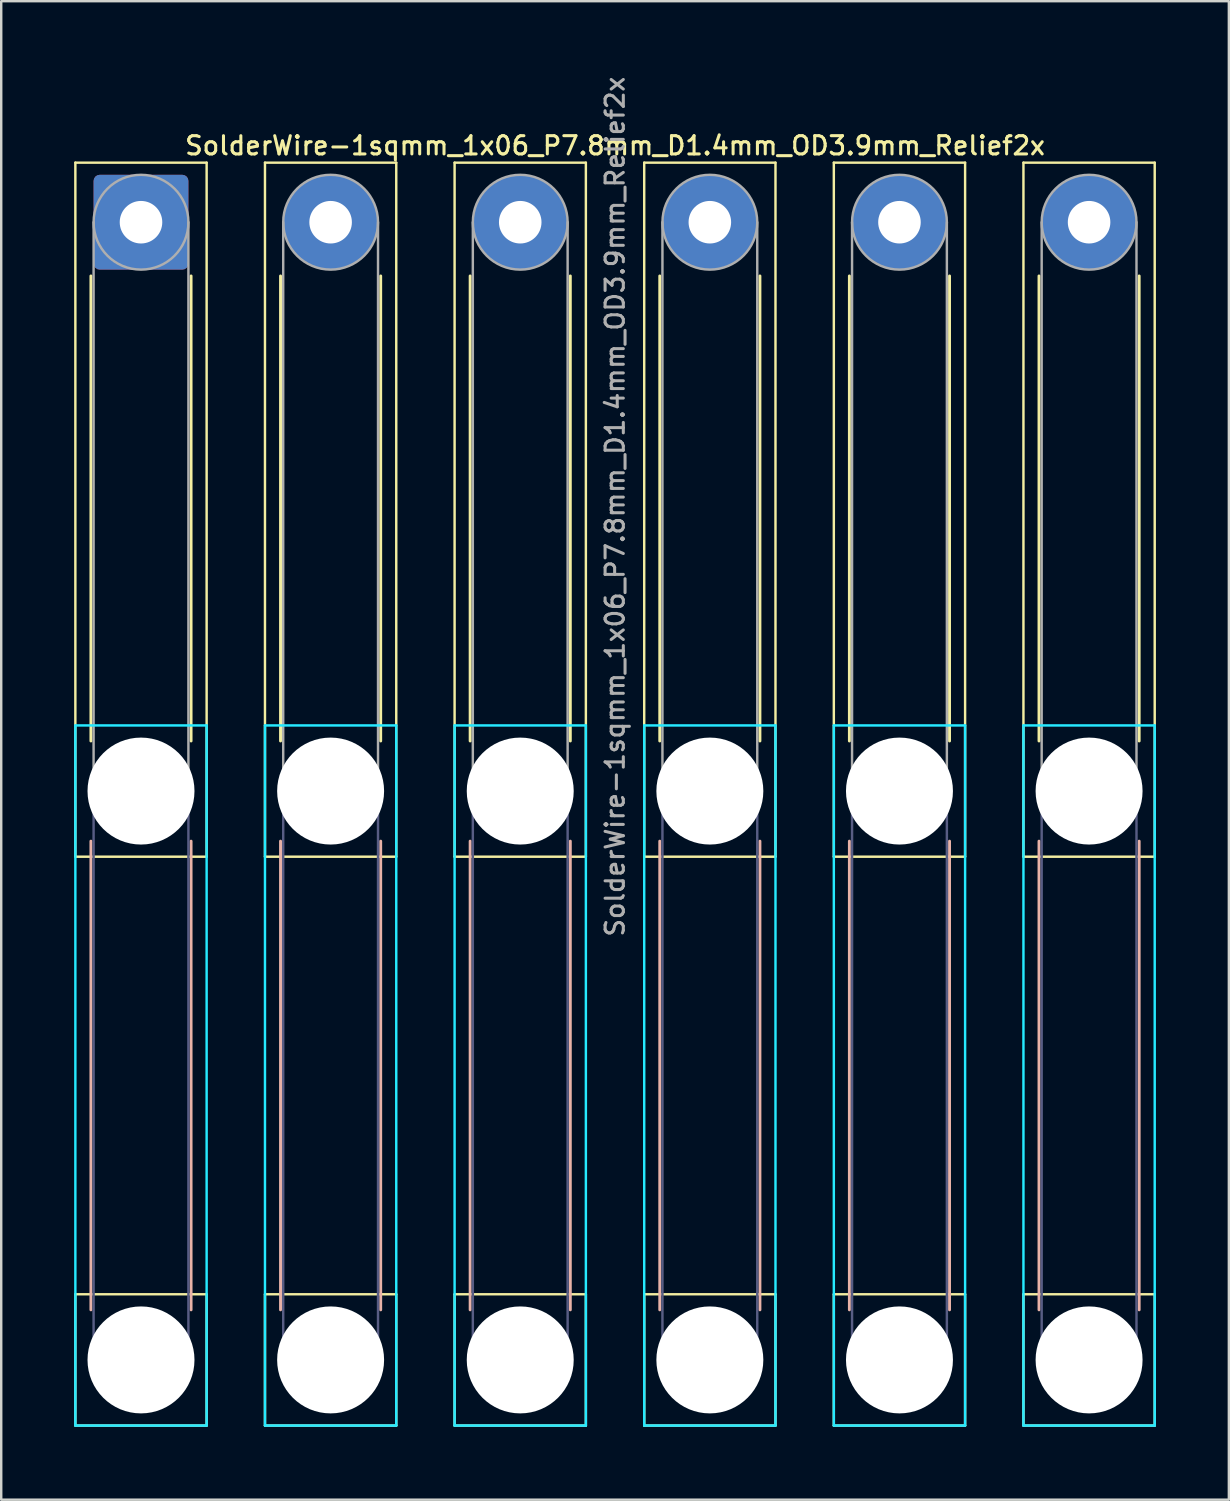
<source format=kicad_pcb>
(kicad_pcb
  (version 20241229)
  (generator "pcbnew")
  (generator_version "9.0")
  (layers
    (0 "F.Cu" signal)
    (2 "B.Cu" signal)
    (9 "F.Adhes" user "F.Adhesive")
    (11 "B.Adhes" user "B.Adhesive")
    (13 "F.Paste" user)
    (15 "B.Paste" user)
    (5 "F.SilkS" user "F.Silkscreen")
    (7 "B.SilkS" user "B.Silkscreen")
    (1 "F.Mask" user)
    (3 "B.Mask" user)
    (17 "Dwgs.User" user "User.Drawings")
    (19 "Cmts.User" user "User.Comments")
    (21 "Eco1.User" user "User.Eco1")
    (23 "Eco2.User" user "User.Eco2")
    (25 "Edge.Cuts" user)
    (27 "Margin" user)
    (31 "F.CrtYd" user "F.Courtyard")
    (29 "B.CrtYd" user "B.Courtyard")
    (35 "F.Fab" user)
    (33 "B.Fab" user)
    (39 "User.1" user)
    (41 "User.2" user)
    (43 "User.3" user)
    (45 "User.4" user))
  (footprint "SolderWire-1sqmm_1x06_P7.8mm_D1.4mm_OD3.9mm_Relief2x"
    (layer "F.Cu")
    (at 2.75 6.091)
    (property "Reference" "SolderWire-1sqmm_1x06_P7.8mm_D1.4mm_OD3.9mm_Relief2x" (at 19.5 -3.15 0) (layer "F.SilkS") (effects (font (size 0.75 0.75) (thickness 0.125))))
    (attr exclude_from_pos_files exclude_from_bom)
    (fp_line (start -2.7 -2.45) (end -2.7 26.1) (stroke (width 0.1) (type solid)) (layer "F.SilkS"))
    (fp_line (start -2.7 26.1) (end 2.7 26.1) (stroke (width 0.1) (type solid)) (layer "F.SilkS"))
    (fp_line (start -2.7 44.1) (end -2.7 49.5) (stroke (width 0.1) (type solid)) (layer "F.SilkS"))
    (fp_line (start -2.7 49.5) (end 2.7 49.5) (stroke (width 0.1) (type solid)) (layer "F.SilkS"))
    (fp_line (start -2.06 2.21) (end -2.06 21.34) (stroke (width 0.12) (type solid)) (layer "F.SilkS"))
    (fp_line (start 2.06 2.21) (end 2.06 21.34) (stroke (width 0.12) (type solid)) (layer "F.SilkS"))
    (fp_line (start 2.7 -2.45) (end -2.7 -2.45) (stroke (width 0.1) (type solid)) (layer "F.SilkS"))
    (fp_line (start 2.7 26.1) (end 2.7 -2.45) (stroke (width 0.1) (type solid)) (layer "F.SilkS"))
    (fp_line (start 2.7 44.1) (end -2.7 44.1) (stroke (width 0.1) (type solid)) (layer "F.SilkS"))
    (fp_line (start 2.7 49.5) (end 2.7 44.1) (stroke (width 0.1) (type solid)) (layer "F.SilkS"))
    (fp_line (start 5.1 -2.45) (end 5.1 26.1) (stroke (width 0.1) (type solid)) (layer "F.SilkS"))
    (fp_line (start 5.1 26.1) (end 10.5 26.1) (stroke (width 0.1) (type solid)) (layer "F.SilkS"))
    (fp_line (start 5.1 44.1) (end 5.1 49.5) (stroke (width 0.1) (type solid)) (layer "F.SilkS"))
    (fp_line (start 5.1 49.5) (end 10.5 49.5) (stroke (width 0.1) (type solid)) (layer "F.SilkS"))
    (fp_line (start 5.74 2.21) (end 5.74 21.34) (stroke (width 0.12) (type solid)) (layer "F.SilkS"))
    (fp_line (start 9.86 2.21) (end 9.86 21.34) (stroke (width 0.12) (type solid)) (layer "F.SilkS"))
    (fp_line (start 10.5 -2.45) (end 5.1 -2.45) (stroke (width 0.1) (type solid)) (layer "F.SilkS"))
    (fp_line (start 10.5 26.1) (end 10.5 -2.45) (stroke (width 0.1) (type solid)) (layer "F.SilkS"))
    (fp_line (start 10.5 44.1) (end 5.1 44.1) (stroke (width 0.1) (type solid)) (layer "F.SilkS"))
    (fp_line (start 10.5 49.5) (end 10.5 44.1) (stroke (width 0.1) (type solid)) (layer "F.SilkS"))
    (fp_line (start 12.9 -2.45) (end 12.9 26.1) (stroke (width 0.1) (type solid)) (layer "F.SilkS"))
    (fp_line (start 12.9 26.1) (end 18.3 26.1) (stroke (width 0.1) (type solid)) (layer "F.SilkS"))
    (fp_line (start 12.9 44.1) (end 12.9 49.5) (stroke (width 0.1) (type solid)) (layer "F.SilkS"))
    (fp_line (start 12.9 49.5) (end 18.3 49.5) (stroke (width 0.1) (type solid)) (layer "F.SilkS"))
    (fp_line (start 13.54 2.21) (end 13.54 21.34) (stroke (width 0.12) (type solid)) (layer "F.SilkS"))
    (fp_line (start 17.66 2.21) (end 17.66 21.34) (stroke (width 0.12) (type solid)) (layer "F.SilkS"))
    (fp_line (start 18.3 -2.45) (end 12.9 -2.45) (stroke (width 0.1) (type solid)) (layer "F.SilkS"))
    (fp_line (start 18.3 26.1) (end 18.3 -2.45) (stroke (width 0.1) (type solid)) (layer "F.SilkS"))
    (fp_line (start 18.3 44.1) (end 12.9 44.1) (stroke (width 0.1) (type solid)) (layer "F.SilkS"))
    (fp_line (start 18.3 49.5) (end 18.3 44.1) (stroke (width 0.1) (type solid)) (layer "F.SilkS"))
    (fp_line (start 20.7 -2.45) (end 20.7 26.1) (stroke (width 0.1) (type solid)) (layer "F.SilkS"))
    (fp_line (start 20.7 26.1) (end 26.1 26.1) (stroke (width 0.1) (type solid)) (layer "F.SilkS"))
    (fp_line (start 20.7 44.1) (end 20.7 49.5) (stroke (width 0.1) (type solid)) (layer "F.SilkS"))
    (fp_line (start 20.7 49.5) (end 26.1 49.5) (stroke (width 0.1) (type solid)) (layer "F.SilkS"))
    (fp_line (start 21.34 2.21) (end 21.34 21.34) (stroke (width 0.12) (type solid)) (layer "F.SilkS"))
    (fp_line (start 25.46 2.21) (end 25.46 21.34) (stroke (width 0.12) (type solid)) (layer "F.SilkS"))
    (fp_line (start 26.1 -2.45) (end 20.7 -2.45) (stroke (width 0.1) (type solid)) (layer "F.SilkS"))
    (fp_line (start 26.1 26.1) (end 26.1 -2.45) (stroke (width 0.1) (type solid)) (layer "F.SilkS"))
    (fp_line (start 26.1 44.1) (end 20.7 44.1) (stroke (width 0.1) (type solid)) (layer "F.SilkS"))
    (fp_line (start 26.1 49.5) (end 26.1 44.1) (stroke (width 0.1) (type solid)) (layer "F.SilkS"))
    (fp_line (start 28.5 -2.45) (end 28.5 26.1) (stroke (width 0.1) (type solid)) (layer "F.SilkS"))
    (fp_line (start 28.5 26.1) (end 33.9 26.1) (stroke (width 0.1) (type solid)) (layer "F.SilkS"))
    (fp_line (start 28.5 44.1) (end 28.5 49.5) (stroke (width 0.1) (type solid)) (layer "F.SilkS"))
    (fp_line (start 28.5 49.5) (end 33.9 49.5) (stroke (width 0.1) (type solid)) (layer "F.SilkS"))
    (fp_line (start 29.14 2.21) (end 29.14 21.34) (stroke (width 0.12) (type solid)) (layer "F.SilkS"))
    (fp_line (start 33.26 2.21) (end 33.26 21.34) (stroke (width 0.12) (type solid)) (layer "F.SilkS"))
    (fp_line (start 33.9 -2.45) (end 28.5 -2.45) (stroke (width 0.1) (type solid)) (layer "F.SilkS"))
    (fp_line (start 33.9 26.1) (end 33.9 -2.45) (stroke (width 0.1) (type solid)) (layer "F.SilkS"))
    (fp_line (start 33.9 44.1) (end 28.5 44.1) (stroke (width 0.1) (type solid)) (layer "F.SilkS"))
    (fp_line (start 33.9 49.5) (end 33.9 44.1) (stroke (width 0.1) (type solid)) (layer "F.SilkS"))
    (fp_line (start 36.3 -2.45) (end 36.3 26.1) (stroke (width 0.1) (type solid)) (layer "F.SilkS"))
    (fp_line (start 36.3 26.1) (end 41.7 26.1) (stroke (width 0.1) (type solid)) (layer "F.SilkS"))
    (fp_line (start 36.3 44.1) (end 36.3 49.5) (stroke (width 0.1) (type solid)) (layer "F.SilkS"))
    (fp_line (start 36.3 49.5) (end 41.7 49.5) (stroke (width 0.1) (type solid)) (layer "F.SilkS"))
    (fp_line (start 36.94 2.21) (end 36.94 21.34) (stroke (width 0.12) (type solid)) (layer "F.SilkS"))
    (fp_line (start 41.06 2.21) (end 41.06 21.34) (stroke (width 0.12) (type solid)) (layer "F.SilkS"))
    (fp_line (start 41.7 -2.45) (end 36.3 -2.45) (stroke (width 0.1) (type solid)) (layer "F.SilkS"))
    (fp_line (start 41.7 26.1) (end 41.7 -2.45) (stroke (width 0.1) (type solid)) (layer "F.SilkS"))
    (fp_line (start 41.7 44.1) (end 36.3 44.1) (stroke (width 0.1) (type solid)) (layer "F.SilkS"))
    (fp_line (start 41.7 49.5) (end 41.7 44.1) (stroke (width 0.1) (type solid)) (layer "F.SilkS"))
    (fp_line (start -2.06 25.46) (end -2.06 44.74) (stroke (width 0.12) (type solid)) (layer "B.SilkS"))
    (fp_line (start 2.06 25.46) (end 2.06 44.74) (stroke (width 0.12) (type solid)) (layer "B.SilkS"))
    (fp_line (start 5.74 25.46) (end 5.74 44.74) (stroke (width 0.12) (type solid)) (layer "B.SilkS"))
    (fp_line (start 9.86 25.46) (end 9.86 44.74) (stroke (width 0.12) (type solid)) (layer "B.SilkS"))
    (fp_line (start 13.54 25.46) (end 13.54 44.74) (stroke (width 0.12) (type solid)) (layer "B.SilkS"))
    (fp_line (start 17.66 25.46) (end 17.66 44.74) (stroke (width 0.12) (type solid)) (layer "B.SilkS"))
    (fp_line (start 21.34 25.46) (end 21.34 44.74) (stroke (width 0.12) (type solid)) (layer "B.SilkS"))
    (fp_line (start 25.46 25.46) (end 25.46 44.74) (stroke (width 0.12) (type solid)) (layer "B.SilkS"))
    (fp_line (start 29.14 25.46) (end 29.14 44.74) (stroke (width 0.12) (type solid)) (layer "B.SilkS"))
    (fp_line (start 33.26 25.46) (end 33.26 44.74) (stroke (width 0.12) (type solid)) (layer "B.SilkS"))
    (fp_line (start 36.94 25.46) (end 36.94 44.74) (stroke (width 0.12) (type solid)) (layer "B.SilkS"))
    (fp_line (start 41.06 25.46) (end 41.06 44.74) (stroke (width 0.12) (type solid)) (layer "B.SilkS"))
    (fp_line (start -2.7 20.7) (end -2.7 49.5) (stroke (width 0.1) (type solid)) (layer "B.CrtYd"))
    (fp_line (start -2.7 49.5) (end 2.7 49.5) (stroke (width 0.1) (type solid)) (layer "B.CrtYd"))
    (fp_line (start 2.7 20.7) (end -2.7 20.7) (stroke (width 0.1) (type solid)) (layer "B.CrtYd"))
    (fp_line (start 2.7 49.5) (end 2.7 20.7) (stroke (width 0.1) (type solid)) (layer "B.CrtYd"))
    (fp_line (start 5.1 20.7) (end 5.1 49.5) (stroke (width 0.1) (type solid)) (layer "B.CrtYd"))
    (fp_line (start 5.1 49.5) (end 10.5 49.5) (stroke (width 0.1) (type solid)) (layer "B.CrtYd"))
    (fp_line (start 10.5 20.7) (end 5.1 20.7) (stroke (width 0.1) (type solid)) (layer "B.CrtYd"))
    (fp_line (start 10.5 49.5) (end 10.5 20.7) (stroke (width 0.1) (type solid)) (layer "B.CrtYd"))
    (fp_line (start 12.9 20.7) (end 12.9 49.5) (stroke (width 0.1) (type solid)) (layer "B.CrtYd"))
    (fp_line (start 12.9 49.5) (end 18.3 49.5) (stroke (width 0.1) (type solid)) (layer "B.CrtYd"))
    (fp_line (start 18.3 20.7) (end 12.9 20.7) (stroke (width 0.1) (type solid)) (layer "B.CrtYd"))
    (fp_line (start 18.3 49.5) (end 18.3 20.7) (stroke (width 0.1) (type solid)) (layer "B.CrtYd"))
    (fp_line (start 20.7 20.7) (end 20.7 49.5) (stroke (width 0.1) (type solid)) (layer "B.CrtYd"))
    (fp_line (start 20.7 49.5) (end 26.1 49.5) (stroke (width 0.1) (type solid)) (layer "B.CrtYd"))
    (fp_line (start 26.1 20.7) (end 20.7 20.7) (stroke (width 0.1) (type solid)) (layer "B.CrtYd"))
    (fp_line (start 26.1 49.5) (end 26.1 20.7) (stroke (width 0.1) (type solid)) (layer "B.CrtYd"))
    (fp_line (start 28.5 20.7) (end 28.5 49.5) (stroke (width 0.1) (type solid)) (layer "B.CrtYd"))
    (fp_line (start 28.5 49.5) (end 33.9 49.5) (stroke (width 0.1) (type solid)) (layer "B.CrtYd"))
    (fp_line (start 33.9 20.7) (end 28.5 20.7) (stroke (width 0.1) (type solid)) (layer "B.CrtYd"))
    (fp_line (start 33.9 49.5) (end 33.9 20.7) (stroke (width 0.1) (type solid)) (layer "B.CrtYd"))
    (fp_line (start 36.3 20.7) (end 36.3 49.5) (stroke (width 0.1) (type solid)) (layer "B.CrtYd"))
    (fp_line (start 36.3 49.5) (end 41.7 49.5) (stroke (width 0.1) (type solid)) (layer "B.CrtYd"))
    (fp_line (start 41.7 20.7) (end 36.3 20.7) (stroke (width 0.1) (type solid)) (layer "B.CrtYd"))
    (fp_line (start 41.7 49.5) (end 41.7 20.7) (stroke (width 0.1) (type solid)) (layer "B.CrtYd"))
    (fp_line (start -1.95 23.4) (end -1.95 46.8) (stroke (width 0.1) (type solid)) (layer "B.Fab"))
    (fp_line (start 1.95 23.4) (end 1.95 46.8) (stroke (width 0.1) (type solid)) (layer "B.Fab"))
    (fp_line (start 5.85 23.4) (end 5.85 46.8) (stroke (width 0.1) (type solid)) (layer "B.Fab"))
    (fp_line (start 9.75 23.4) (end 9.75 46.8) (stroke (width 0.1) (type solid)) (layer "B.Fab"))
    (fp_line (start 13.65 23.4) (end 13.65 46.8) (stroke (width 0.1) (type solid)) (layer "B.Fab"))
    (fp_line (start 17.55 23.4) (end 17.55 46.8) (stroke (width 0.1) (type solid)) (layer "B.Fab"))
    (fp_line (start 21.45 23.4) (end 21.45 46.8) (stroke (width 0.1) (type solid)) (layer "B.Fab"))
    (fp_line (start 25.35 23.4) (end 25.35 46.8) (stroke (width 0.1) (type solid)) (layer "B.Fab"))
    (fp_line (start 29.25 23.4) (end 29.25 46.8) (stroke (width 0.1) (type solid)) (layer "B.Fab"))
    (fp_line (start 33.15 23.4) (end 33.15 46.8) (stroke (width 0.1) (type solid)) (layer "B.Fab"))
    (fp_line (start 37.05 23.4) (end 37.05 46.8) (stroke (width 0.1) (type solid)) (layer "B.Fab"))
    (fp_line (start 40.95 23.4) (end 40.95 46.8) (stroke (width 0.1) (type solid)) (layer "B.Fab"))
    (fp_circle (center 0 23.4) (end 1.95 23.4) (stroke (width 0.1) (type solid)) (fill no) (layer "B.Fab"))
    (fp_circle (center 0 46.8) (end 1.95 46.8) (stroke (width 0.1) (type solid)) (fill no) (layer "B.Fab"))
    (fp_circle (center 7.8 23.4) (end 9.75 23.4) (stroke (width 0.1) (type solid)) (fill no) (layer "B.Fab"))
    (fp_circle (center 7.8 46.8) (end 9.75 46.8) (stroke (width 0.1) (type solid)) (fill no) (layer "B.Fab"))
    (fp_circle (center 15.6 23.4) (end 17.55 23.4) (stroke (width 0.1) (type solid)) (fill no) (layer "B.Fab"))
    (fp_circle (center 15.6 46.8) (end 17.55 46.8) (stroke (width 0.1) (type solid)) (fill no) (layer "B.Fab"))
    (fp_circle (center 23.4 23.4) (end 25.35 23.4) (stroke (width 0.1) (type solid)) (fill no) (layer "B.Fab"))
    (fp_circle (center 23.4 46.8) (end 25.35 46.8) (stroke (width 0.1) (type solid)) (fill no) (layer "B.Fab"))
    (fp_circle (center 31.2 23.4) (end 33.15 23.4) (stroke (width 0.1) (type solid)) (fill no) (layer "B.Fab"))
    (fp_circle (center 31.2 46.8) (end 33.15 46.8) (stroke (width 0.1) (type solid)) (fill no) (layer "B.Fab"))
    (fp_circle (center 39 23.4) (end 40.95 23.4) (stroke (width 0.1) (type solid)) (fill no) (layer "B.Fab"))
    (fp_circle (center 39 46.8) (end 40.95 46.8) (stroke (width 0.1) (type solid)) (fill no) (layer "B.Fab"))
    (fp_line (start -1.95 0) (end -1.95 23.4) (stroke (width 0.1) (type solid)) (layer "F.Fab"))
    (fp_line (start 1.95 0) (end 1.95 23.4) (stroke (width 0.1) (type solid)) (layer "F.Fab"))
    (fp_line (start 5.85 0) (end 5.85 23.4) (stroke (width 0.1) (type solid)) (layer "F.Fab"))
    (fp_line (start 9.75 0) (end 9.75 23.4) (stroke (width 0.1) (type solid)) (layer "F.Fab"))
    (fp_line (start 13.65 0) (end 13.65 23.4) (stroke (width 0.1) (type solid)) (layer "F.Fab"))
    (fp_line (start 17.55 0) (end 17.55 23.4) (stroke (width 0.1) (type solid)) (layer "F.Fab"))
    (fp_line (start 21.45 0) (end 21.45 23.4) (stroke (width 0.1) (type solid)) (layer "F.Fab"))
    (fp_line (start 25.35 0) (end 25.35 23.4) (stroke (width 0.1) (type solid)) (layer "F.Fab"))
    (fp_line (start 29.25 0) (end 29.25 23.4) (stroke (width 0.1) (type solid)) (layer "F.Fab"))
    (fp_line (start 33.15 0) (end 33.15 23.4) (stroke (width 0.1) (type solid)) (layer "F.Fab"))
    (fp_line (start 37.05 0) (end 37.05 23.4) (stroke (width 0.1) (type solid)) (layer "F.Fab"))
    (fp_line (start 40.95 0) (end 40.95 23.4) (stroke (width 0.1) (type solid)) (layer "F.Fab"))
    (fp_circle (center 0 0) (end 1.95 0) (stroke (width 0.1) (type solid)) (fill no) (layer "F.Fab"))
    (fp_circle (center 0 23.4) (end 1.95 23.4) (stroke (width 0.1) (type solid)) (fill no) (layer "F.Fab"))
    (fp_circle (center 0 46.8) (end 1.95 46.8) (stroke (width 0.1) (type solid)) (fill no) (layer "F.Fab"))
    (fp_circle (center 7.8 0) (end 9.75 0) (stroke (width 0.1) (type solid)) (fill no) (layer "F.Fab"))
    (fp_circle (center 7.8 23.4) (end 9.75 23.4) (stroke (width 0.1) (type solid)) (fill no) (layer "F.Fab"))
    (fp_circle (center 7.8 46.8) (end 9.75 46.8) (stroke (width 0.1) (type solid)) (fill no) (layer "F.Fab"))
    (fp_circle (center 15.6 0) (end 17.55 0) (stroke (width 0.1) (type solid)) (fill no) (layer "F.Fab"))
    (fp_circle (center 15.6 23.4) (end 17.55 23.4) (stroke (width 0.1) (type solid)) (fill no) (layer "F.Fab"))
    (fp_circle (center 15.6 46.8) (end 17.55 46.8) (stroke (width 0.1) (type solid)) (fill no) (layer "F.Fab"))
    (fp_circle (center 23.4 0) (end 25.35 0) (stroke (width 0.1) (type solid)) (fill no) (layer "F.Fab"))
    (fp_circle (center 23.4 23.4) (end 25.35 23.4) (stroke (width 0.1) (type solid)) (fill no) (layer "F.Fab"))
    (fp_circle (center 23.4 46.8) (end 25.35 46.8) (stroke (width 0.1) (type solid)) (fill no) (layer "F.Fab"))
    (fp_circle (center 31.2 0) (end 33.15 0) (stroke (width 0.1) (type solid)) (fill no) (layer "F.Fab"))
    (fp_circle (center 31.2 23.4) (end 33.15 23.4) (stroke (width 0.1) (type solid)) (fill no) (layer "F.Fab"))
    (fp_circle (center 31.2 46.8) (end 33.15 46.8) (stroke (width 0.1) (type solid)) (fill no) (layer "F.Fab"))
    (fp_circle (center 39 0) (end 40.95 0) (stroke (width 0.1) (type solid)) (fill no) (layer "F.Fab"))
    (fp_circle (center 39 23.4) (end 40.95 23.4) (stroke (width 0.1) (type solid)) (fill no) (layer "F.Fab"))
    (fp_circle (center 39 46.8) (end 40.95 46.8) (stroke (width 0.1) (type solid)) (fill no) (layer "F.Fab"))
    (fp_text user "${REFERENCE}" (at 19.5 11.7 90) (layer "F.Fab") (effects (font (size 0.75 0.75) (thickness 0.125))))
    (pad "" np_thru_hole circle (at 0 23.4) (size 4.4 4.4) (drill 4.4) (layers "*.Cu" "*.Mask"))
    (pad "" np_thru_hole circle (at 0 46.8) (size 4.4 4.4) (drill 4.4) (layers "*.Cu" "*.Mask"))
    (pad "" np_thru_hole circle (at 7.8 23.4) (size 4.4 4.4) (drill 4.4) (layers "*.Cu" "*.Mask"))
    (pad "" np_thru_hole circle (at 7.8 46.8) (size 4.4 4.4) (drill 4.4) (layers "*.Cu" "*.Mask"))
    (pad "" np_thru_hole circle (at 15.6 23.4) (size 4.4 4.4) (drill 4.4) (layers "*.Cu" "*.Mask"))
    (pad "" np_thru_hole circle (at 15.6 46.8) (size 4.4 4.4) (drill 4.4) (layers "*.Cu" "*.Mask"))
    (pad "" np_thru_hole circle (at 23.4 23.4) (size 4.4 4.4) (drill 4.4) (layers "*.Cu" "*.Mask"))
    (pad "" np_thru_hole circle (at 23.4 46.8) (size 4.4 4.4) (drill 4.4) (layers "*.Cu" "*.Mask"))
    (pad "" np_thru_hole circle (at 31.2 23.4) (size 4.4 4.4) (drill 4.4) (layers "*.Cu" "*.Mask"))
    (pad "" np_thru_hole circle (at 31.2 46.8) (size 4.4 4.4) (drill 4.4) (layers "*.Cu" "*.Mask"))
    (pad "" np_thru_hole circle (at 39 23.4) (size 4.4 4.4) (drill 4.4) (layers "*.Cu" "*.Mask"))
    (pad "" np_thru_hole circle (at 39 46.8) (size 4.4 4.4) (drill 4.4) (layers "*.Cu" "*.Mask"))
    (pad "1" thru_hole roundrect (at 0 0) (size 3.9 3.9) (drill 1.75) (layers "*.Cu" "*.Mask") (roundrect_rratio 0.064))
    (pad "2" thru_hole circle (at 7.8 0) (size 3.9 3.9) (drill 1.75) (layers "*.Cu" "*.Mask"))
    (pad "3" thru_hole circle (at 15.6 0) (size 3.9 3.9) (drill 1.75) (layers "*.Cu" "*.Mask"))
    (pad "4" thru_hole circle (at 23.4 0) (size 3.9 3.9) (drill 1.75) (layers "*.Cu" "*.Mask"))
    (pad "5" thru_hole circle (at 31.2 0) (size 3.9 3.9) (drill 1.75) (layers "*.Cu" "*.Mask"))
    (pad "6" thru_hole circle (at 39 0) (size 3.9 3.9) (drill 1.75) (layers "*.Cu" "*.Mask")))
  (gr_rect
    (start -3 -3)
    (end 47.5 58.641)
    (stroke (width 0.1) (type default))
    (fill no)
    (layer "Edge.Cuts")))
</source>
